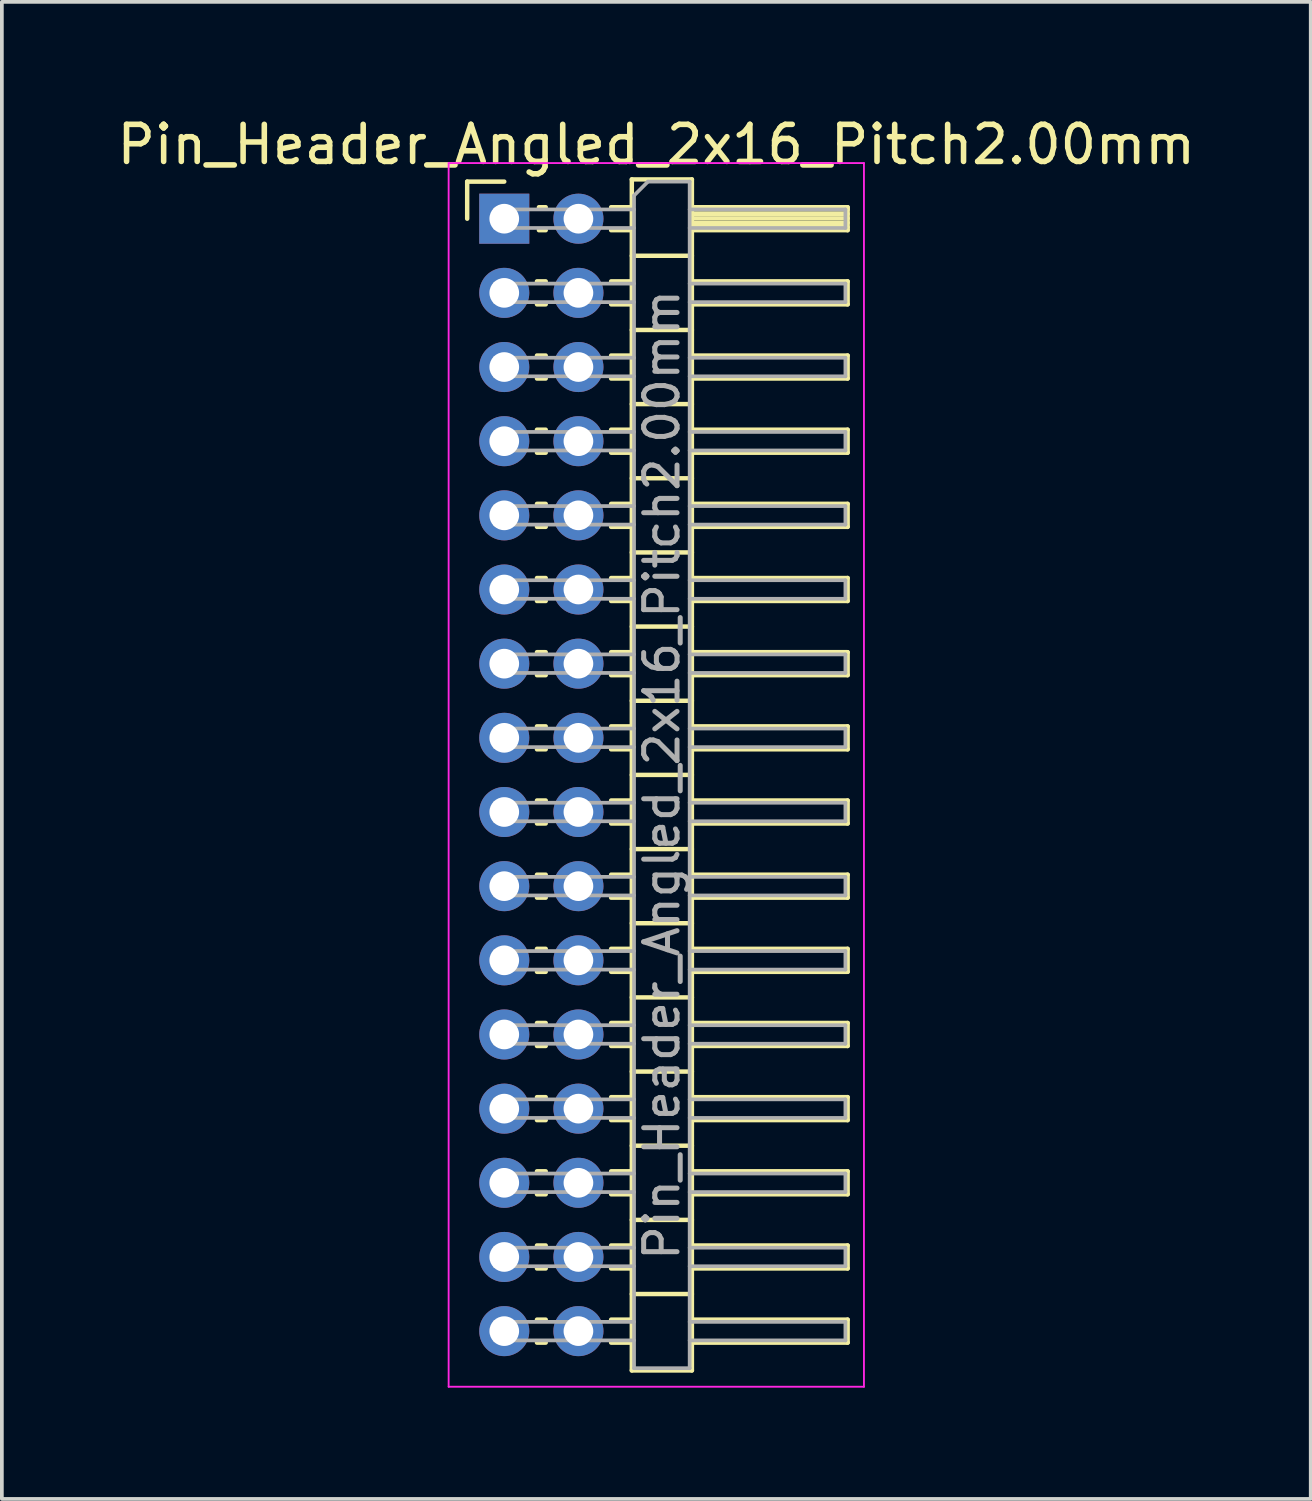
<source format=kicad_pcb>
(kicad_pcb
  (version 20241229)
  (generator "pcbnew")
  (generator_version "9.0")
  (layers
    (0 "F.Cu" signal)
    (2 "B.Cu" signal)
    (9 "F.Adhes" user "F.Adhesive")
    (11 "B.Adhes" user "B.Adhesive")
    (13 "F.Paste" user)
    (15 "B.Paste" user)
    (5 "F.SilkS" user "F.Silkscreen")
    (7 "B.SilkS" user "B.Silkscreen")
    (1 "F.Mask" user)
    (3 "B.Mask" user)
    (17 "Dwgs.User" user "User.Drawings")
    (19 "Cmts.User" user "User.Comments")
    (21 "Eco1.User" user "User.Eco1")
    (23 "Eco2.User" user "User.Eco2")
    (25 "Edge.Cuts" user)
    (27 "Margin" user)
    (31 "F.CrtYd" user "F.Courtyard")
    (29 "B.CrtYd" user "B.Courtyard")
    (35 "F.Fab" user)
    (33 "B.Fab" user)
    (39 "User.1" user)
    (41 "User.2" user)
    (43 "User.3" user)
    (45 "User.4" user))
  (footprint "Pin_Header_Angled_2x16_Pitch2.00mm"
    (layer "F.Cu")
    (at 10.549 2.848)
    (property "Reference" "Pin_Header_Angled_2x16_Pitch2.00mm" (at 4.1 -2 0) (layer "F.SilkS") (effects (font (size 1 1) (thickness 0.15))))
    (attr through_hole)
    (fp_line (start -1 -1) (end 0 -1) (stroke (width 0.12) (type solid)) (layer "F.SilkS"))
    (fp_line (start -1 0) (end -1 -1) (stroke (width 0.12) (type solid)) (layer "F.SilkS"))
    (fp_line (start 0.882 1.69) (end 1.118 1.69) (stroke (width 0.12) (type solid)) (layer "F.SilkS"))
    (fp_line (start 0.882 2.31) (end 1.118 2.31) (stroke (width 0.12) (type solid)) (layer "F.SilkS"))
    (fp_line (start 0.882 3.69) (end 1.118 3.69) (stroke (width 0.12) (type solid)) (layer "F.SilkS"))
    (fp_line (start 0.882 4.31) (end 1.118 4.31) (stroke (width 0.12) (type solid)) (layer "F.SilkS"))
    (fp_line (start 0.882 5.69) (end 1.118 5.69) (stroke (width 0.12) (type solid)) (layer "F.SilkS"))
    (fp_line (start 0.882 6.31) (end 1.118 6.31) (stroke (width 0.12) (type solid)) (layer "F.SilkS"))
    (fp_line (start 0.882 7.69) (end 1.118 7.69) (stroke (width 0.12) (type solid)) (layer "F.SilkS"))
    (fp_line (start 0.882 8.31) (end 1.118 8.31) (stroke (width 0.12) (type solid)) (layer "F.SilkS"))
    (fp_line (start 0.882 9.69) (end 1.118 9.69) (stroke (width 0.12) (type solid)) (layer "F.SilkS"))
    (fp_line (start 0.882 10.31) (end 1.118 10.31) (stroke (width 0.12) (type solid)) (layer "F.SilkS"))
    (fp_line (start 0.882 11.69) (end 1.118 11.69) (stroke (width 0.12) (type solid)) (layer "F.SilkS"))
    (fp_line (start 0.882 12.31) (end 1.118 12.31) (stroke (width 0.12) (type solid)) (layer "F.SilkS"))
    (fp_line (start 0.882 13.69) (end 1.118 13.69) (stroke (width 0.12) (type solid)) (layer "F.SilkS"))
    (fp_line (start 0.882 14.31) (end 1.118 14.31) (stroke (width 0.12) (type solid)) (layer "F.SilkS"))
    (fp_line (start 0.882 15.69) (end 1.118 15.69) (stroke (width 0.12) (type solid)) (layer "F.SilkS"))
    (fp_line (start 0.882 16.31) (end 1.118 16.31) (stroke (width 0.12) (type solid)) (layer "F.SilkS"))
    (fp_line (start 0.882 17.69) (end 1.118 17.69) (stroke (width 0.12) (type solid)) (layer "F.SilkS"))
    (fp_line (start 0.882 18.31) (end 1.118 18.31) (stroke (width 0.12) (type solid)) (layer "F.SilkS"))
    (fp_line (start 0.882 19.69) (end 1.118 19.69) (stroke (width 0.12) (type solid)) (layer "F.SilkS"))
    (fp_line (start 0.882 20.31) (end 1.118 20.31) (stroke (width 0.12) (type solid)) (layer "F.SilkS"))
    (fp_line (start 0.882 21.69) (end 1.118 21.69) (stroke (width 0.12) (type solid)) (layer "F.SilkS"))
    (fp_line (start 0.882 22.31) (end 1.118 22.31) (stroke (width 0.12) (type solid)) (layer "F.SilkS"))
    (fp_line (start 0.882 23.69) (end 1.118 23.69) (stroke (width 0.12) (type solid)) (layer "F.SilkS"))
    (fp_line (start 0.882 24.31) (end 1.118 24.31) (stroke (width 0.12) (type solid)) (layer "F.SilkS"))
    (fp_line (start 0.882 25.69) (end 1.118 25.69) (stroke (width 0.12) (type solid)) (layer "F.SilkS"))
    (fp_line (start 0.882 26.31) (end 1.118 26.31) (stroke (width 0.12) (type solid)) (layer "F.SilkS"))
    (fp_line (start 0.882 27.69) (end 1.118 27.69) (stroke (width 0.12) (type solid)) (layer "F.SilkS"))
    (fp_line (start 0.882 28.31) (end 1.118 28.31) (stroke (width 0.12) (type solid)) (layer "F.SilkS"))
    (fp_line (start 0.882 29.69) (end 1.118 29.69) (stroke (width 0.12) (type solid)) (layer "F.SilkS"))
    (fp_line (start 0.882 30.31) (end 1.118 30.31) (stroke (width 0.12) (type solid)) (layer "F.SilkS"))
    (fp_line (start 0.935 -0.31) (end 1.118 -0.31) (stroke (width 0.12) (type solid)) (layer "F.SilkS"))
    (fp_line (start 0.935 0.31) (end 1.118 0.31) (stroke (width 0.12) (type solid)) (layer "F.SilkS"))
    (fp_line (start 2.882 -0.31) (end 3.44 -0.31) (stroke (width 0.12) (type solid)) (layer "F.SilkS"))
    (fp_line (start 2.882 0.31) (end 3.44 0.31) (stroke (width 0.12) (type solid)) (layer "F.SilkS"))
    (fp_line (start 2.882 1.69) (end 3.44 1.69) (stroke (width 0.12) (type solid)) (layer "F.SilkS"))
    (fp_line (start 2.882 2.31) (end 3.44 2.31) (stroke (width 0.12) (type solid)) (layer "F.SilkS"))
    (fp_line (start 2.882 3.69) (end 3.44 3.69) (stroke (width 0.12) (type solid)) (layer "F.SilkS"))
    (fp_line (start 2.882 4.31) (end 3.44 4.31) (stroke (width 0.12) (type solid)) (layer "F.SilkS"))
    (fp_line (start 2.882 5.69) (end 3.44 5.69) (stroke (width 0.12) (type solid)) (layer "F.SilkS"))
    (fp_line (start 2.882 6.31) (end 3.44 6.31) (stroke (width 0.12) (type solid)) (layer "F.SilkS"))
    (fp_line (start 2.882 7.69) (end 3.44 7.69) (stroke (width 0.12) (type solid)) (layer "F.SilkS"))
    (fp_line (start 2.882 8.31) (end 3.44 8.31) (stroke (width 0.12) (type solid)) (layer "F.SilkS"))
    (fp_line (start 2.882 9.69) (end 3.44 9.69) (stroke (width 0.12) (type solid)) (layer "F.SilkS"))
    (fp_line (start 2.882 10.31) (end 3.44 10.31) (stroke (width 0.12) (type solid)) (layer "F.SilkS"))
    (fp_line (start 2.882 11.69) (end 3.44 11.69) (stroke (width 0.12) (type solid)) (layer "F.SilkS"))
    (fp_line (start 2.882 12.31) (end 3.44 12.31) (stroke (width 0.12) (type solid)) (layer "F.SilkS"))
    (fp_line (start 2.882 13.69) (end 3.44 13.69) (stroke (width 0.12) (type solid)) (layer "F.SilkS"))
    (fp_line (start 2.882 14.31) (end 3.44 14.31) (stroke (width 0.12) (type solid)) (layer "F.SilkS"))
    (fp_line (start 2.882 15.69) (end 3.44 15.69) (stroke (width 0.12) (type solid)) (layer "F.SilkS"))
    (fp_line (start 2.882 16.31) (end 3.44 16.31) (stroke (width 0.12) (type solid)) (layer "F.SilkS"))
    (fp_line (start 2.882 17.69) (end 3.44 17.69) (stroke (width 0.12) (type solid)) (layer "F.SilkS"))
    (fp_line (start 2.882 18.31) (end 3.44 18.31) (stroke (width 0.12) (type solid)) (layer "F.SilkS"))
    (fp_line (start 2.882 19.69) (end 3.44 19.69) (stroke (width 0.12) (type solid)) (layer "F.SilkS"))
    (fp_line (start 2.882 20.31) (end 3.44 20.31) (stroke (width 0.12) (type solid)) (layer "F.SilkS"))
    (fp_line (start 2.882 21.69) (end 3.44 21.69) (stroke (width 0.12) (type solid)) (layer "F.SilkS"))
    (fp_line (start 2.882 22.31) (end 3.44 22.31) (stroke (width 0.12) (type solid)) (layer "F.SilkS"))
    (fp_line (start 2.882 23.69) (end 3.44 23.69) (stroke (width 0.12) (type solid)) (layer "F.SilkS"))
    (fp_line (start 2.882 24.31) (end 3.44 24.31) (stroke (width 0.12) (type solid)) (layer "F.SilkS"))
    (fp_line (start 2.882 25.69) (end 3.44 25.69) (stroke (width 0.12) (type solid)) (layer "F.SilkS"))
    (fp_line (start 2.882 26.31) (end 3.44 26.31) (stroke (width 0.12) (type solid)) (layer "F.SilkS"))
    (fp_line (start 2.882 27.69) (end 3.44 27.69) (stroke (width 0.12) (type solid)) (layer "F.SilkS"))
    (fp_line (start 2.882 28.31) (end 3.44 28.31) (stroke (width 0.12) (type solid)) (layer "F.SilkS"))
    (fp_line (start 2.882 29.69) (end 3.44 29.69) (stroke (width 0.12) (type solid)) (layer "F.SilkS"))
    (fp_line (start 2.882 30.31) (end 3.44 30.31) (stroke (width 0.12) (type solid)) (layer "F.SilkS"))
    (fp_line (start 3.44 -1.06) (end 3.44 31.06) (stroke (width 0.12) (type solid)) (layer "F.SilkS"))
    (fp_line (start 3.44 1) (end 5.06 1) (stroke (width 0.12) (type solid)) (layer "F.SilkS"))
    (fp_line (start 3.44 3) (end 5.06 3) (stroke (width 0.12) (type solid)) (layer "F.SilkS"))
    (fp_line (start 3.44 5) (end 5.06 5) (stroke (width 0.12) (type solid)) (layer "F.SilkS"))
    (fp_line (start 3.44 7) (end 5.06 7) (stroke (width 0.12) (type solid)) (layer "F.SilkS"))
    (fp_line (start 3.44 9) (end 5.06 9) (stroke (width 0.12) (type solid)) (layer "F.SilkS"))
    (fp_line (start 3.44 11) (end 5.06 11) (stroke (width 0.12) (type solid)) (layer "F.SilkS"))
    (fp_line (start 3.44 13) (end 5.06 13) (stroke (width 0.12) (type solid)) (layer "F.SilkS"))
    (fp_line (start 3.44 15) (end 5.06 15) (stroke (width 0.12) (type solid)) (layer "F.SilkS"))
    (fp_line (start 3.44 17) (end 5.06 17) (stroke (width 0.12) (type solid)) (layer "F.SilkS"))
    (fp_line (start 3.44 19) (end 5.06 19) (stroke (width 0.12) (type solid)) (layer "F.SilkS"))
    (fp_line (start 3.44 21) (end 5.06 21) (stroke (width 0.12) (type solid)) (layer "F.SilkS"))
    (fp_line (start 3.44 23) (end 5.06 23) (stroke (width 0.12) (type solid)) (layer "F.SilkS"))
    (fp_line (start 3.44 25) (end 5.06 25) (stroke (width 0.12) (type solid)) (layer "F.SilkS"))
    (fp_line (start 3.44 27) (end 5.06 27) (stroke (width 0.12) (type solid)) (layer "F.SilkS"))
    (fp_line (start 3.44 29) (end 5.06 29) (stroke (width 0.12) (type solid)) (layer "F.SilkS"))
    (fp_line (start 3.44 31.06) (end 5.06 31.06) (stroke (width 0.12) (type solid)) (layer "F.SilkS"))
    (fp_line (start 5.06 -1.06) (end 3.44 -1.06) (stroke (width 0.12) (type solid)) (layer "F.SilkS"))
    (fp_line (start 5.06 -0.31) (end 9.26 -0.31) (stroke (width 0.12) (type solid)) (layer "F.SilkS"))
    (fp_line (start 5.06 -0.25) (end 9.26 -0.25) (stroke (width 0.12) (type solid)) (layer "F.SilkS"))
    (fp_line (start 5.06 -0.13) (end 9.26 -0.13) (stroke (width 0.12) (type solid)) (layer "F.SilkS"))
    (fp_line (start 5.06 -0.01) (end 9.26 -0.01) (stroke (width 0.12) (type solid)) (layer "F.SilkS"))
    (fp_line (start 5.06 0.11) (end 9.26 0.11) (stroke (width 0.12) (type solid)) (layer "F.SilkS"))
    (fp_line (start 5.06 0.23) (end 9.26 0.23) (stroke (width 0.12) (type solid)) (layer "F.SilkS"))
    (fp_line (start 5.06 1.69) (end 9.26 1.69) (stroke (width 0.12) (type solid)) (layer "F.SilkS"))
    (fp_line (start 5.06 3.69) (end 9.26 3.69) (stroke (width 0.12) (type solid)) (layer "F.SilkS"))
    (fp_line (start 5.06 5.69) (end 9.26 5.69) (stroke (width 0.12) (type solid)) (layer "F.SilkS"))
    (fp_line (start 5.06 7.69) (end 9.26 7.69) (stroke (width 0.12) (type solid)) (layer "F.SilkS"))
    (fp_line (start 5.06 9.69) (end 9.26 9.69) (stroke (width 0.12) (type solid)) (layer "F.SilkS"))
    (fp_line (start 5.06 11.69) (end 9.26 11.69) (stroke (width 0.12) (type solid)) (layer "F.SilkS"))
    (fp_line (start 5.06 13.69) (end 9.26 13.69) (stroke (width 0.12) (type solid)) (layer "F.SilkS"))
    (fp_line (start 5.06 15.69) (end 9.26 15.69) (stroke (width 0.12) (type solid)) (layer "F.SilkS"))
    (fp_line (start 5.06 17.69) (end 9.26 17.69) (stroke (width 0.12) (type solid)) (layer "F.SilkS"))
    (fp_line (start 5.06 19.69) (end 9.26 19.69) (stroke (width 0.12) (type solid)) (layer "F.SilkS"))
    (fp_line (start 5.06 21.69) (end 9.26 21.69) (stroke (width 0.12) (type solid)) (layer "F.SilkS"))
    (fp_line (start 5.06 23.69) (end 9.26 23.69) (stroke (width 0.12) (type solid)) (layer "F.SilkS"))
    (fp_line (start 5.06 25.69) (end 9.26 25.69) (stroke (width 0.12) (type solid)) (layer "F.SilkS"))
    (fp_line (start 5.06 27.69) (end 9.26 27.69) (stroke (width 0.12) (type solid)) (layer "F.SilkS"))
    (fp_line (start 5.06 29.69) (end 9.26 29.69) (stroke (width 0.12) (type solid)) (layer "F.SilkS"))
    (fp_line (start 5.06 31.06) (end 5.06 -1.06) (stroke (width 0.12) (type solid)) (layer "F.SilkS"))
    (fp_line (start 9.26 -0.31) (end 9.26 0.31) (stroke (width 0.12) (type solid)) (layer "F.SilkS"))
    (fp_line (start 9.26 0.31) (end 5.06 0.31) (stroke (width 0.12) (type solid)) (layer "F.SilkS"))
    (fp_line (start 9.26 1.69) (end 9.26 2.31) (stroke (width 0.12) (type solid)) (layer "F.SilkS"))
    (fp_line (start 9.26 2.31) (end 5.06 2.31) (stroke (width 0.12) (type solid)) (layer "F.SilkS"))
    (fp_line (start 9.26 3.69) (end 9.26 4.31) (stroke (width 0.12) (type solid)) (layer "F.SilkS"))
    (fp_line (start 9.26 4.31) (end 5.06 4.31) (stroke (width 0.12) (type solid)) (layer "F.SilkS"))
    (fp_line (start 9.26 5.69) (end 9.26 6.31) (stroke (width 0.12) (type solid)) (layer "F.SilkS"))
    (fp_line (start 9.26 6.31) (end 5.06 6.31) (stroke (width 0.12) (type solid)) (layer "F.SilkS"))
    (fp_line (start 9.26 7.69) (end 9.26 8.31) (stroke (width 0.12) (type solid)) (layer "F.SilkS"))
    (fp_line (start 9.26 8.31) (end 5.06 8.31) (stroke (width 0.12) (type solid)) (layer "F.SilkS"))
    (fp_line (start 9.26 9.69) (end 9.26 10.31) (stroke (width 0.12) (type solid)) (layer "F.SilkS"))
    (fp_line (start 9.26 10.31) (end 5.06 10.31) (stroke (width 0.12) (type solid)) (layer "F.SilkS"))
    (fp_line (start 9.26 11.69) (end 9.26 12.31) (stroke (width 0.12) (type solid)) (layer "F.SilkS"))
    (fp_line (start 9.26 12.31) (end 5.06 12.31) (stroke (width 0.12) (type solid)) (layer "F.SilkS"))
    (fp_line (start 9.26 13.69) (end 9.26 14.31) (stroke (width 0.12) (type solid)) (layer "F.SilkS"))
    (fp_line (start 9.26 14.31) (end 5.06 14.31) (stroke (width 0.12) (type solid)) (layer "F.SilkS"))
    (fp_line (start 9.26 15.69) (end 9.26 16.31) (stroke (width 0.12) (type solid)) (layer "F.SilkS"))
    (fp_line (start 9.26 16.31) (end 5.06 16.31) (stroke (width 0.12) (type solid)) (layer "F.SilkS"))
    (fp_line (start 9.26 17.69) (end 9.26 18.31) (stroke (width 0.12) (type solid)) (layer "F.SilkS"))
    (fp_line (start 9.26 18.31) (end 5.06 18.31) (stroke (width 0.12) (type solid)) (layer "F.SilkS"))
    (fp_line (start 9.26 19.69) (end 9.26 20.31) (stroke (width 0.12) (type solid)) (layer "F.SilkS"))
    (fp_line (start 9.26 20.31) (end 5.06 20.31) (stroke (width 0.12) (type solid)) (layer "F.SilkS"))
    (fp_line (start 9.26 21.69) (end 9.26 22.31) (stroke (width 0.12) (type solid)) (layer "F.SilkS"))
    (fp_line (start 9.26 22.31) (end 5.06 22.31) (stroke (width 0.12) (type solid)) (layer "F.SilkS"))
    (fp_line (start 9.26 23.69) (end 9.26 24.31) (stroke (width 0.12) (type solid)) (layer "F.SilkS"))
    (fp_line (start 9.26 24.31) (end 5.06 24.31) (stroke (width 0.12) (type solid)) (layer "F.SilkS"))
    (fp_line (start 9.26 25.69) (end 9.26 26.31) (stroke (width 0.12) (type solid)) (layer "F.SilkS"))
    (fp_line (start 9.26 26.31) (end 5.06 26.31) (stroke (width 0.12) (type solid)) (layer "F.SilkS"))
    (fp_line (start 9.26 27.69) (end 9.26 28.31) (stroke (width 0.12) (type solid)) (layer "F.SilkS"))
    (fp_line (start 9.26 28.31) (end 5.06 28.31) (stroke (width 0.12) (type solid)) (layer "F.SilkS"))
    (fp_line (start 9.26 29.69) (end 9.26 30.31) (stroke (width 0.12) (type solid)) (layer "F.SilkS"))
    (fp_line (start 9.26 30.31) (end 5.06 30.31) (stroke (width 0.12) (type solid)) (layer "F.SilkS"))
    (fp_line (start -1.5 -1.5) (end -1.5 31.5) (stroke (width 0.05) (type solid)) (layer "F.CrtYd"))
    (fp_line (start -1.5 31.5) (end 9.7 31.5) (stroke (width 0.05) (type solid)) (layer "F.CrtYd"))
    (fp_line (start 9.7 -1.5) (end -1.5 -1.5) (stroke (width 0.05) (type solid)) (layer "F.CrtYd"))
    (fp_line (start 9.7 31.5) (end 9.7 -1.5) (stroke (width 0.05) (type solid)) (layer "F.CrtYd"))
    (fp_line (start -0.25 -0.25) (end -0.25 0.25) (stroke (width 0.1) (type solid)) (layer "F.Fab"))
    (fp_line (start -0.25 -0.25) (end 3.5 -0.25) (stroke (width 0.1) (type solid)) (layer "F.Fab"))
    (fp_line (start -0.25 0.25) (end 3.5 0.25) (stroke (width 0.1) (type solid)) (layer "F.Fab"))
    (fp_line (start -0.25 1.75) (end -0.25 2.25) (stroke (width 0.1) (type solid)) (layer "F.Fab"))
    (fp_line (start -0.25 1.75) (end 3.5 1.75) (stroke (width 0.1) (type solid)) (layer "F.Fab"))
    (fp_line (start -0.25 2.25) (end 3.5 2.25) (stroke (width 0.1) (type solid)) (layer "F.Fab"))
    (fp_line (start -0.25 3.75) (end -0.25 4.25) (stroke (width 0.1) (type solid)) (layer "F.Fab"))
    (fp_line (start -0.25 3.75) (end 3.5 3.75) (stroke (width 0.1) (type solid)) (layer "F.Fab"))
    (fp_line (start -0.25 4.25) (end 3.5 4.25) (stroke (width 0.1) (type solid)) (layer "F.Fab"))
    (fp_line (start -0.25 5.75) (end -0.25 6.25) (stroke (width 0.1) (type solid)) (layer "F.Fab"))
    (fp_line (start -0.25 5.75) (end 3.5 5.75) (stroke (width 0.1) (type solid)) (layer "F.Fab"))
    (fp_line (start -0.25 6.25) (end 3.5 6.25) (stroke (width 0.1) (type solid)) (layer "F.Fab"))
    (fp_line (start -0.25 7.75) (end -0.25 8.25) (stroke (width 0.1) (type solid)) (layer "F.Fab"))
    (fp_line (start -0.25 7.75) (end 3.5 7.75) (stroke (width 0.1) (type solid)) (layer "F.Fab"))
    (fp_line (start -0.25 8.25) (end 3.5 8.25) (stroke (width 0.1) (type solid)) (layer "F.Fab"))
    (fp_line (start -0.25 9.75) (end -0.25 10.25) (stroke (width 0.1) (type solid)) (layer "F.Fab"))
    (fp_line (start -0.25 9.75) (end 3.5 9.75) (stroke (width 0.1) (type solid)) (layer "F.Fab"))
    (fp_line (start -0.25 10.25) (end 3.5 10.25) (stroke (width 0.1) (type solid)) (layer "F.Fab"))
    (fp_line (start -0.25 11.75) (end -0.25 12.25) (stroke (width 0.1) (type solid)) (layer "F.Fab"))
    (fp_line (start -0.25 11.75) (end 3.5 11.75) (stroke (width 0.1) (type solid)) (layer "F.Fab"))
    (fp_line (start -0.25 12.25) (end 3.5 12.25) (stroke (width 0.1) (type solid)) (layer "F.Fab"))
    (fp_line (start -0.25 13.75) (end -0.25 14.25) (stroke (width 0.1) (type solid)) (layer "F.Fab"))
    (fp_line (start -0.25 13.75) (end 3.5 13.75) (stroke (width 0.1) (type solid)) (layer "F.Fab"))
    (fp_line (start -0.25 14.25) (end 3.5 14.25) (stroke (width 0.1) (type solid)) (layer "F.Fab"))
    (fp_line (start -0.25 15.75) (end -0.25 16.25) (stroke (width 0.1) (type solid)) (layer "F.Fab"))
    (fp_line (start -0.25 15.75) (end 3.5 15.75) (stroke (width 0.1) (type solid)) (layer "F.Fab"))
    (fp_line (start -0.25 16.25) (end 3.5 16.25) (stroke (width 0.1) (type solid)) (layer "F.Fab"))
    (fp_line (start -0.25 17.75) (end -0.25 18.25) (stroke (width 0.1) (type solid)) (layer "F.Fab"))
    (fp_line (start -0.25 17.75) (end 3.5 17.75) (stroke (width 0.1) (type solid)) (layer "F.Fab"))
    (fp_line (start -0.25 18.25) (end 3.5 18.25) (stroke (width 0.1) (type solid)) (layer "F.Fab"))
    (fp_line (start -0.25 19.75) (end -0.25 20.25) (stroke (width 0.1) (type solid)) (layer "F.Fab"))
    (fp_line (start -0.25 19.75) (end 3.5 19.75) (stroke (width 0.1) (type solid)) (layer "F.Fab"))
    (fp_line (start -0.25 20.25) (end 3.5 20.25) (stroke (width 0.1) (type solid)) (layer "F.Fab"))
    (fp_line (start -0.25 21.75) (end -0.25 22.25) (stroke (width 0.1) (type solid)) (layer "F.Fab"))
    (fp_line (start -0.25 21.75) (end 3.5 21.75) (stroke (width 0.1) (type solid)) (layer "F.Fab"))
    (fp_line (start -0.25 22.25) (end 3.5 22.25) (stroke (width 0.1) (type solid)) (layer "F.Fab"))
    (fp_line (start -0.25 23.75) (end -0.25 24.25) (stroke (width 0.1) (type solid)) (layer "F.Fab"))
    (fp_line (start -0.25 23.75) (end 3.5 23.75) (stroke (width 0.1) (type solid)) (layer "F.Fab"))
    (fp_line (start -0.25 24.25) (end 3.5 24.25) (stroke (width 0.1) (type solid)) (layer "F.Fab"))
    (fp_line (start -0.25 25.75) (end -0.25 26.25) (stroke (width 0.1) (type solid)) (layer "F.Fab"))
    (fp_line (start -0.25 25.75) (end 3.5 25.75) (stroke (width 0.1) (type solid)) (layer "F.Fab"))
    (fp_line (start -0.25 26.25) (end 3.5 26.25) (stroke (width 0.1) (type solid)) (layer "F.Fab"))
    (fp_line (start -0.25 27.75) (end -0.25 28.25) (stroke (width 0.1) (type solid)) (layer "F.Fab"))
    (fp_line (start -0.25 27.75) (end 3.5 27.75) (stroke (width 0.1) (type solid)) (layer "F.Fab"))
    (fp_line (start -0.25 28.25) (end 3.5 28.25) (stroke (width 0.1) (type solid)) (layer "F.Fab"))
    (fp_line (start -0.25 29.75) (end -0.25 30.25) (stroke (width 0.1) (type solid)) (layer "F.Fab"))
    (fp_line (start -0.25 29.75) (end 3.5 29.75) (stroke (width 0.1) (type solid)) (layer "F.Fab"))
    (fp_line (start -0.25 30.25) (end 3.5 30.25) (stroke (width 0.1) (type solid)) (layer "F.Fab"))
    (fp_line (start 3.5 -0.625) (end 3.875 -1) (stroke (width 0.1) (type solid)) (layer "F.Fab"))
    (fp_line (start 3.5 31) (end 3.5 -0.625) (stroke (width 0.1) (type solid)) (layer "F.Fab"))
    (fp_line (start 3.875 -1) (end 5 -1) (stroke (width 0.1) (type solid)) (layer "F.Fab"))
    (fp_line (start 5 -1) (end 5 31) (stroke (width 0.1) (type solid)) (layer "F.Fab"))
    (fp_line (start 5 -0.25) (end 9.2 -0.25) (stroke (width 0.1) (type solid)) (layer "F.Fab"))
    (fp_line (start 5 0.25) (end 9.2 0.25) (stroke (width 0.1) (type solid)) (layer "F.Fab"))
    (fp_line (start 5 1.75) (end 9.2 1.75) (stroke (width 0.1) (type solid)) (layer "F.Fab"))
    (fp_line (start 5 2.25) (end 9.2 2.25) (stroke (width 0.1) (type solid)) (layer "F.Fab"))
    (fp_line (start 5 3.75) (end 9.2 3.75) (stroke (width 0.1) (type solid)) (layer "F.Fab"))
    (fp_line (start 5 4.25) (end 9.2 4.25) (stroke (width 0.1) (type solid)) (layer "F.Fab"))
    (fp_line (start 5 5.75) (end 9.2 5.75) (stroke (width 0.1) (type solid)) (layer "F.Fab"))
    (fp_line (start 5 6.25) (end 9.2 6.25) (stroke (width 0.1) (type solid)) (layer "F.Fab"))
    (fp_line (start 5 7.75) (end 9.2 7.75) (stroke (width 0.1) (type solid)) (layer "F.Fab"))
    (fp_line (start 5 8.25) (end 9.2 8.25) (stroke (width 0.1) (type solid)) (layer "F.Fab"))
    (fp_line (start 5 9.75) (end 9.2 9.75) (stroke (width 0.1) (type solid)) (layer "F.Fab"))
    (fp_line (start 5 10.25) (end 9.2 10.25) (stroke (width 0.1) (type solid)) (layer "F.Fab"))
    (fp_line (start 5 11.75) (end 9.2 11.75) (stroke (width 0.1) (type solid)) (layer "F.Fab"))
    (fp_line (start 5 12.25) (end 9.2 12.25) (stroke (width 0.1) (type solid)) (layer "F.Fab"))
    (fp_line (start 5 13.75) (end 9.2 13.75) (stroke (width 0.1) (type solid)) (layer "F.Fab"))
    (fp_line (start 5 14.25) (end 9.2 14.25) (stroke (width 0.1) (type solid)) (layer "F.Fab"))
    (fp_line (start 5 15.75) (end 9.2 15.75) (stroke (width 0.1) (type solid)) (layer "F.Fab"))
    (fp_line (start 5 16.25) (end 9.2 16.25) (stroke (width 0.1) (type solid)) (layer "F.Fab"))
    (fp_line (start 5 17.75) (end 9.2 17.75) (stroke (width 0.1) (type solid)) (layer "F.Fab"))
    (fp_line (start 5 18.25) (end 9.2 18.25) (stroke (width 0.1) (type solid)) (layer "F.Fab"))
    (fp_line (start 5 19.75) (end 9.2 19.75) (stroke (width 0.1) (type solid)) (layer "F.Fab"))
    (fp_line (start 5 20.25) (end 9.2 20.25) (stroke (width 0.1) (type solid)) (layer "F.Fab"))
    (fp_line (start 5 21.75) (end 9.2 21.75) (stroke (width 0.1) (type solid)) (layer "F.Fab"))
    (fp_line (start 5 22.25) (end 9.2 22.25) (stroke (width 0.1) (type solid)) (layer "F.Fab"))
    (fp_line (start 5 23.75) (end 9.2 23.75) (stroke (width 0.1) (type solid)) (layer "F.Fab"))
    (fp_line (start 5 24.25) (end 9.2 24.25) (stroke (width 0.1) (type solid)) (layer "F.Fab"))
    (fp_line (start 5 25.75) (end 9.2 25.75) (stroke (width 0.1) (type solid)) (layer "F.Fab"))
    (fp_line (start 5 26.25) (end 9.2 26.25) (stroke (width 0.1) (type solid)) (layer "F.Fab"))
    (fp_line (start 5 27.75) (end 9.2 27.75) (stroke (width 0.1) (type solid)) (layer "F.Fab"))
    (fp_line (start 5 28.25) (end 9.2 28.25) (stroke (width 0.1) (type solid)) (layer "F.Fab"))
    (fp_line (start 5 29.75) (end 9.2 29.75) (stroke (width 0.1) (type solid)) (layer "F.Fab"))
    (fp_line (start 5 30.25) (end 9.2 30.25) (stroke (width 0.1) (type solid)) (layer "F.Fab"))
    (fp_line (start 5 31) (end 3.5 31) (stroke (width 0.1) (type solid)) (layer "F.Fab"))
    (fp_line (start 9.2 -0.25) (end 9.2 0.25) (stroke (width 0.1) (type solid)) (layer "F.Fab"))
    (fp_line (start 9.2 1.75) (end 9.2 2.25) (stroke (width 0.1) (type solid)) (layer "F.Fab"))
    (fp_line (start 9.2 3.75) (end 9.2 4.25) (stroke (width 0.1) (type solid)) (layer "F.Fab"))
    (fp_line (start 9.2 5.75) (end 9.2 6.25) (stroke (width 0.1) (type solid)) (layer "F.Fab"))
    (fp_line (start 9.2 7.75) (end 9.2 8.25) (stroke (width 0.1) (type solid)) (layer "F.Fab"))
    (fp_line (start 9.2 9.75) (end 9.2 10.25) (stroke (width 0.1) (type solid)) (layer "F.Fab"))
    (fp_line (start 9.2 11.75) (end 9.2 12.25) (stroke (width 0.1) (type solid)) (layer "F.Fab"))
    (fp_line (start 9.2 13.75) (end 9.2 14.25) (stroke (width 0.1) (type solid)) (layer "F.Fab"))
    (fp_line (start 9.2 15.75) (end 9.2 16.25) (stroke (width 0.1) (type solid)) (layer "F.Fab"))
    (fp_line (start 9.2 17.75) (end 9.2 18.25) (stroke (width 0.1) (type solid)) (layer "F.Fab"))
    (fp_line (start 9.2 19.75) (end 9.2 20.25) (stroke (width 0.1) (type solid)) (layer "F.Fab"))
    (fp_line (start 9.2 21.75) (end 9.2 22.25) (stroke (width 0.1) (type solid)) (layer "F.Fab"))
    (fp_line (start 9.2 23.75) (end 9.2 24.25) (stroke (width 0.1) (type solid)) (layer "F.Fab"))
    (fp_line (start 9.2 25.75) (end 9.2 26.25) (stroke (width 0.1) (type solid)) (layer "F.Fab"))
    (fp_line (start 9.2 27.75) (end 9.2 28.25) (stroke (width 0.1) (type solid)) (layer "F.Fab"))
    (fp_line (start 9.2 29.75) (end 9.2 30.25) (stroke (width 0.1) (type solid)) (layer "F.Fab"))
    (fp_text user "${REFERENCE}" (at 4.25 15 90) (layer "F.Fab") (effects (font (size 0.9 0.9) (thickness 0.135))))
    (pad "1" thru_hole rect (at 0 0) (size 1.35 1.35) (drill 0.8) (layers "*.Cu" "*.Mask"))
    (pad "2" thru_hole oval (at 2 0) (size 1.35 1.35) (drill 0.8) (layers "*.Cu" "*.Mask"))
    (pad "3" thru_hole oval (at 0 2) (size 1.35 1.35) (drill 0.8) (layers "*.Cu" "*.Mask"))
    (pad "4" thru_hole oval (at 2 2) (size 1.35 1.35) (drill 0.8) (layers "*.Cu" "*.Mask"))
    (pad "5" thru_hole oval (at 0 4) (size 1.35 1.35) (drill 0.8) (layers "*.Cu" "*.Mask"))
    (pad "6" thru_hole oval (at 2 4) (size 1.35 1.35) (drill 0.8) (layers "*.Cu" "*.Mask"))
    (pad "7" thru_hole oval (at 0 6) (size 1.35 1.35) (drill 0.8) (layers "*.Cu" "*.Mask"))
    (pad "8" thru_hole oval (at 2 6) (size 1.35 1.35) (drill 0.8) (layers "*.Cu" "*.Mask"))
    (pad "9" thru_hole oval (at 0 8) (size 1.35 1.35) (drill 0.8) (layers "*.Cu" "*.Mask"))
    (pad "10" thru_hole oval (at 2 8) (size 1.35 1.35) (drill 0.8) (layers "*.Cu" "*.Mask"))
    (pad "11" thru_hole oval (at 0 10) (size 1.35 1.35) (drill 0.8) (layers "*.Cu" "*.Mask"))
    (pad "12" thru_hole oval (at 2 10) (size 1.35 1.35) (drill 0.8) (layers "*.Cu" "*.Mask"))
    (pad "13" thru_hole oval (at 0 12) (size 1.35 1.35) (drill 0.8) (layers "*.Cu" "*.Mask"))
    (pad "14" thru_hole oval (at 2 12) (size 1.35 1.35) (drill 0.8) (layers "*.Cu" "*.Mask"))
    (pad "15" thru_hole oval (at 0 14) (size 1.35 1.35) (drill 0.8) (layers "*.Cu" "*.Mask"))
    (pad "16" thru_hole oval (at 2 14) (size 1.35 1.35) (drill 0.8) (layers "*.Cu" "*.Mask"))
    (pad "17" thru_hole oval (at 0 16) (size 1.35 1.35) (drill 0.8) (layers "*.Cu" "*.Mask"))
    (pad "18" thru_hole oval (at 2 16) (size 1.35 1.35) (drill 0.8) (layers "*.Cu" "*.Mask"))
    (pad "19" thru_hole oval (at 0 18) (size 1.35 1.35) (drill 0.8) (layers "*.Cu" "*.Mask"))
    (pad "20" thru_hole oval (at 2 18) (size 1.35 1.35) (drill 0.8) (layers "*.Cu" "*.Mask"))
    (pad "21" thru_hole oval (at 0 20) (size 1.35 1.35) (drill 0.8) (layers "*.Cu" "*.Mask"))
    (pad "22" thru_hole oval (at 2 20) (size 1.35 1.35) (drill 0.8) (layers "*.Cu" "*.Mask"))
    (pad "23" thru_hole oval (at 0 22) (size 1.35 1.35) (drill 0.8) (layers "*.Cu" "*.Mask"))
    (pad "24" thru_hole oval (at 2 22) (size 1.35 1.35) (drill 0.8) (layers "*.Cu" "*.Mask"))
    (pad "25" thru_hole oval (at 0 24) (size 1.35 1.35) (drill 0.8) (layers "*.Cu" "*.Mask"))
    (pad "26" thru_hole oval (at 2 24) (size 1.35 1.35) (drill 0.8) (layers "*.Cu" "*.Mask"))
    (pad "27" thru_hole oval (at 0 26) (size 1.35 1.35) (drill 0.8) (layers "*.Cu" "*.Mask"))
    (pad "28" thru_hole oval (at 2 26) (size 1.35 1.35) (drill 0.8) (layers "*.Cu" "*.Mask"))
    (pad "29" thru_hole oval (at 0 28) (size 1.35 1.35) (drill 0.8) (layers "*.Cu" "*.Mask"))
    (pad "30" thru_hole oval (at 2 28) (size 1.35 1.35) (drill 0.8) (layers "*.Cu" "*.Mask"))
    (pad "31" thru_hole oval (at 0 30) (size 1.35 1.35) (drill 0.8) (layers "*.Cu" "*.Mask"))
    (pad "32" thru_hole oval (at 2 30) (size 1.35 1.35) (drill 0.8) (layers "*.Cu" "*.Mask")))
  (gr_rect
    (start -3 -3)
    (end 32.298 37.373)
    (stroke (width 0.1) (type default))
    (fill no)
    (layer "Edge.Cuts")))
</source>
